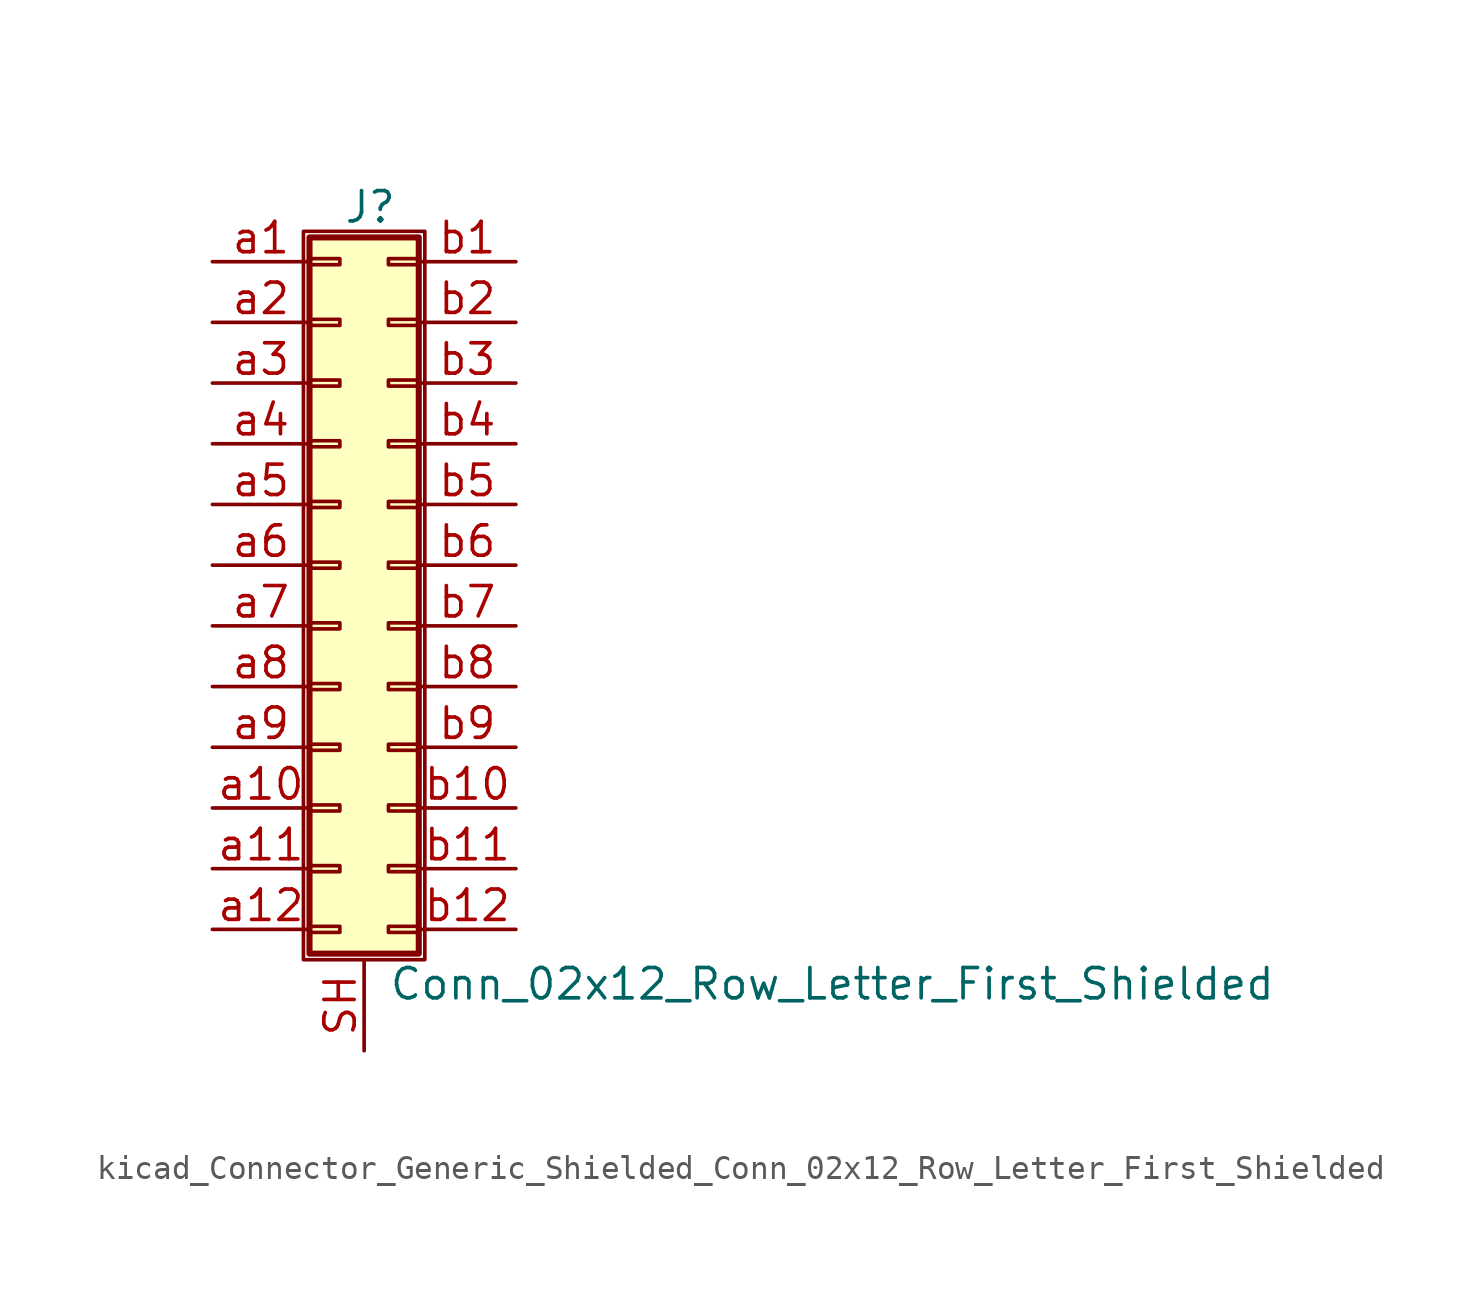
<source format=kicad_sym>
(kicad_symbol_lib
  (version 20220914)
  (generator kicad_symbol_editor)
  (symbol "kicad_Connector_Generic_Shielded_Conn_02x12_Row_Letter_First_Shielded"
    (pin_names
      (offset 1.016) hide)
    (property "Reference" "J"
      (at 1.524 14.986 0)
      (effects (font (size 1.27 1.27))))
    (property "Value" "Conn_02x12_Row_Letter_First_Shielded"
      (at 2.286 -17.526 0)
      (effects (font (size 1.27 1.27)) (justify left)))
    (symbol "kicad_Connector_Generic_Shielded_Conn_02x12_Row_Letter_First_Shielded_1_1"
      (rectangle (start -1.27 13.97) (end 3.81 -16.51) (stroke (width 0.152) (type default)) (fill (type none)))
      (rectangle (start -1.016 -15.113) (end 0.254 -15.367) (stroke (width 0.152) (type default)) (fill (type none)))
      (rectangle (start -1.016 -12.573) (end 0.254 -12.827) (stroke (width 0.152) (type default)) (fill (type none)))
      (rectangle (start -1.016 -10.033) (end 0.254 -10.287) (stroke (width 0.152) (type default)) (fill (type none)))
      (rectangle (start -1.016 -7.493) (end 0.254 -7.747) (stroke (width 0.152) (type default)) (fill (type none)))
      (rectangle (start -1.016 -4.953) (end 0.254 -5.207) (stroke (width 0.152) (type default)) (fill (type none)))
      (rectangle (start -1.016 -2.413) (end 0.254 -2.667) (stroke (width 0.152) (type default)) (fill (type none)))
      (rectangle (start -1.016 0.127) (end 0.254 -0.127) (stroke (width 0.152) (type default)) (fill (type none)))
      (rectangle (start -1.016 2.667) (end 0.254 2.413) (stroke (width 0.152) (type default)) (fill (type none)))
      (rectangle (start -1.016 5.207) (end 0.254 4.953) (stroke (width 0.152) (type default)) (fill (type none)))
      (rectangle (start -1.016 7.747) (end 0.254 7.493) (stroke (width 0.152) (type default)) (fill (type none)))
      (rectangle (start -1.016 10.287) (end 0.254 10.033) (stroke (width 0.152) (type default)) (fill (type none)))
      (rectangle (start -1.016 12.827) (end 0.254 12.573) (stroke (width 0.152) (type default)) (fill (type none)))
      (rectangle (start -1.016 13.716) (end 3.556 -16.256) (stroke (width 0.254) (type default)) (fill (type background)))
      (rectangle (start 3.556 -15.113) (end 2.286 -15.367) (stroke (width 0.152) (type default)) (fill (type none)))
      (rectangle (start 3.556 -12.573) (end 2.286 -12.827) (stroke (width 0.152) (type default)) (fill (type none)))
      (rectangle (start 3.556 -10.033) (end 2.286 -10.287) (stroke (width 0.152) (type default)) (fill (type none)))
      (rectangle (start 3.556 -7.493) (end 2.286 -7.747) (stroke (width 0.152) (type default)) (fill (type none)))
      (rectangle (start 3.556 -4.953) (end 2.286 -5.207) (stroke (width 0.152) (type default)) (fill (type none)))
      (rectangle (start 3.556 -2.413) (end 2.286 -2.667) (stroke (width 0.152) (type default)) (fill (type none)))
      (rectangle (start 3.556 0.127) (end 2.286 -0.127) (stroke (width 0.152) (type default)) (fill (type none)))
      (rectangle (start 3.556 2.667) (end 2.286 2.413) (stroke (width 0.152) (type default)) (fill (type none)))
      (rectangle (start 3.556 5.207) (end 2.286 4.953) (stroke (width 0.152) (type default)) (fill (type none)))
      (rectangle (start 3.556 7.747) (end 2.286 7.493) (stroke (width 0.152) (type default)) (fill (type none)))
      (rectangle (start 3.556 10.287) (end 2.286 10.033) (stroke (width 0.152) (type default)) (fill (type none)))
      (rectangle (start 3.556 12.827) (end 2.286 12.573) (stroke (width 0.152) (type default)) (fill (type none)))
      (pin passive line (at 1.27 -20.32 90) (length 3.81) (name "Shield" (effects (font (size 1.27 1.27)))) (number "SH" (effects (font (size 1.27 1.27)))))
      (pin passive line (at -5.08 12.7 0) (length 4.064) (name "Pin_a1" (effects (font (size 1.27 1.27)))) (number "a1" (effects (font (size 1.27 1.27)))))
      (pin passive line (at -5.08 -10.16 0) (length 4.064) (name "Pin_a10" (effects (font (size 1.27 1.27)))) (number "a10" (effects (font (size 1.27 1.27)))))
      (pin passive line (at -5.08 -12.7 0) (length 4.064) (name "Pin_a11" (effects (font (size 1.27 1.27)))) (number "a11" (effects (font (size 1.27 1.27)))))
      (pin passive line (at -5.08 -15.24 0) (length 4.064) (name "Pin_a12" (effects (font (size 1.27 1.27)))) (number "a12" (effects (font (size 1.27 1.27)))))
      (pin passive line (at -5.08 10.16 0) (length 4.064) (name "Pin_a2" (effects (font (size 1.27 1.27)))) (number "a2" (effects (font (size 1.27 1.27)))))
      (pin passive line (at -5.08 7.62 0) (length 4.064) (name "Pin_a3" (effects (font (size 1.27 1.27)))) (number "a3" (effects (font (size 1.27 1.27)))))
      (pin passive line (at -5.08 5.08 0) (length 4.064) (name "Pin_a4" (effects (font (size 1.27 1.27)))) (number "a4" (effects (font (size 1.27 1.27)))))
      (pin passive line (at -5.08 2.54 0) (length 4.064) (name "Pin_a5" (effects (font (size 1.27 1.27)))) (number "a5" (effects (font (size 1.27 1.27)))))
      (pin passive line (at -5.08 0 0) (length 4.064) (name "Pin_a6" (effects (font (size 1.27 1.27)))) (number "a6" (effects (font (size 1.27 1.27)))))
      (pin passive line (at -5.08 -2.54 0) (length 4.064) (name "Pin_a7" (effects (font (size 1.27 1.27)))) (number "a7" (effects (font (size 1.27 1.27)))))
      (pin passive line (at -5.08 -5.08 0) (length 4.064) (name "Pin_a8" (effects (font (size 1.27 1.27)))) (number "a8" (effects (font (size 1.27 1.27)))))
      (pin passive line (at -5.08 -7.62 0) (length 4.064) (name "Pin_a9" (effects (font (size 1.27 1.27)))) (number "a9" (effects (font (size 1.27 1.27)))))
      (pin passive line (at 7.62 12.7 180) (length 4.064) (name "Pin_b1" (effects (font (size 1.27 1.27)))) (number "b1" (effects (font (size 1.27 1.27)))))
      (pin passive line (at 7.62 -10.16 180) (length 4.064) (name "Pin_b10" (effects (font (size 1.27 1.27)))) (number "b10" (effects (font (size 1.27 1.27)))))
      (pin passive line (at 7.62 -12.7 180) (length 4.064) (name "Pin_b11" (effects (font (size 1.27 1.27)))) (number "b11" (effects (font (size 1.27 1.27)))))
      (pin passive line (at 7.62 -15.24 180) (length 4.064) (name "Pin_b12" (effects (font (size 1.27 1.27)))) (number "b12" (effects (font (size 1.27 1.27)))))
      (pin passive line (at 7.62 10.16 180) (length 4.064) (name "Pin_b2" (effects (font (size 1.27 1.27)))) (number "b2" (effects (font (size 1.27 1.27)))))
      (pin passive line (at 7.62 7.62 180) (length 4.064) (name "Pin_b3" (effects (font (size 1.27 1.27)))) (number "b3" (effects (font (size 1.27 1.27)))))
      (pin passive line (at 7.62 5.08 180) (length 4.064) (name "Pin_b4" (effects (font (size 1.27 1.27)))) (number "b4" (effects (font (size 1.27 1.27)))))
      (pin passive line (at 7.62 2.54 180) (length 4.064) (name "Pin_b5" (effects (font (size 1.27 1.27)))) (number "b5" (effects (font (size 1.27 1.27)))))
      (pin passive line (at 7.62 0 180) (length 4.064) (name "Pin_b6" (effects (font (size 1.27 1.27)))) (number "b6" (effects (font (size 1.27 1.27)))))
      (pin passive line (at 7.62 -2.54 180) (length 4.064) (name "Pin_b7" (effects (font (size 1.27 1.27)))) (number "b7" (effects (font (size 1.27 1.27)))))
      (pin passive line (at 7.62 -5.08 180) (length 4.064) (name "Pin_b8" (effects (font (size 1.27 1.27)))) (number "b8" (effects (font (size 1.27 1.27)))))
      (pin passive line (at 7.62 -7.62 180) (length 4.064) (name "Pin_b9" (effects (font (size 1.27 1.27)))) (number "b9" (effects (font (size 1.27 1.27))))))))
</source>
